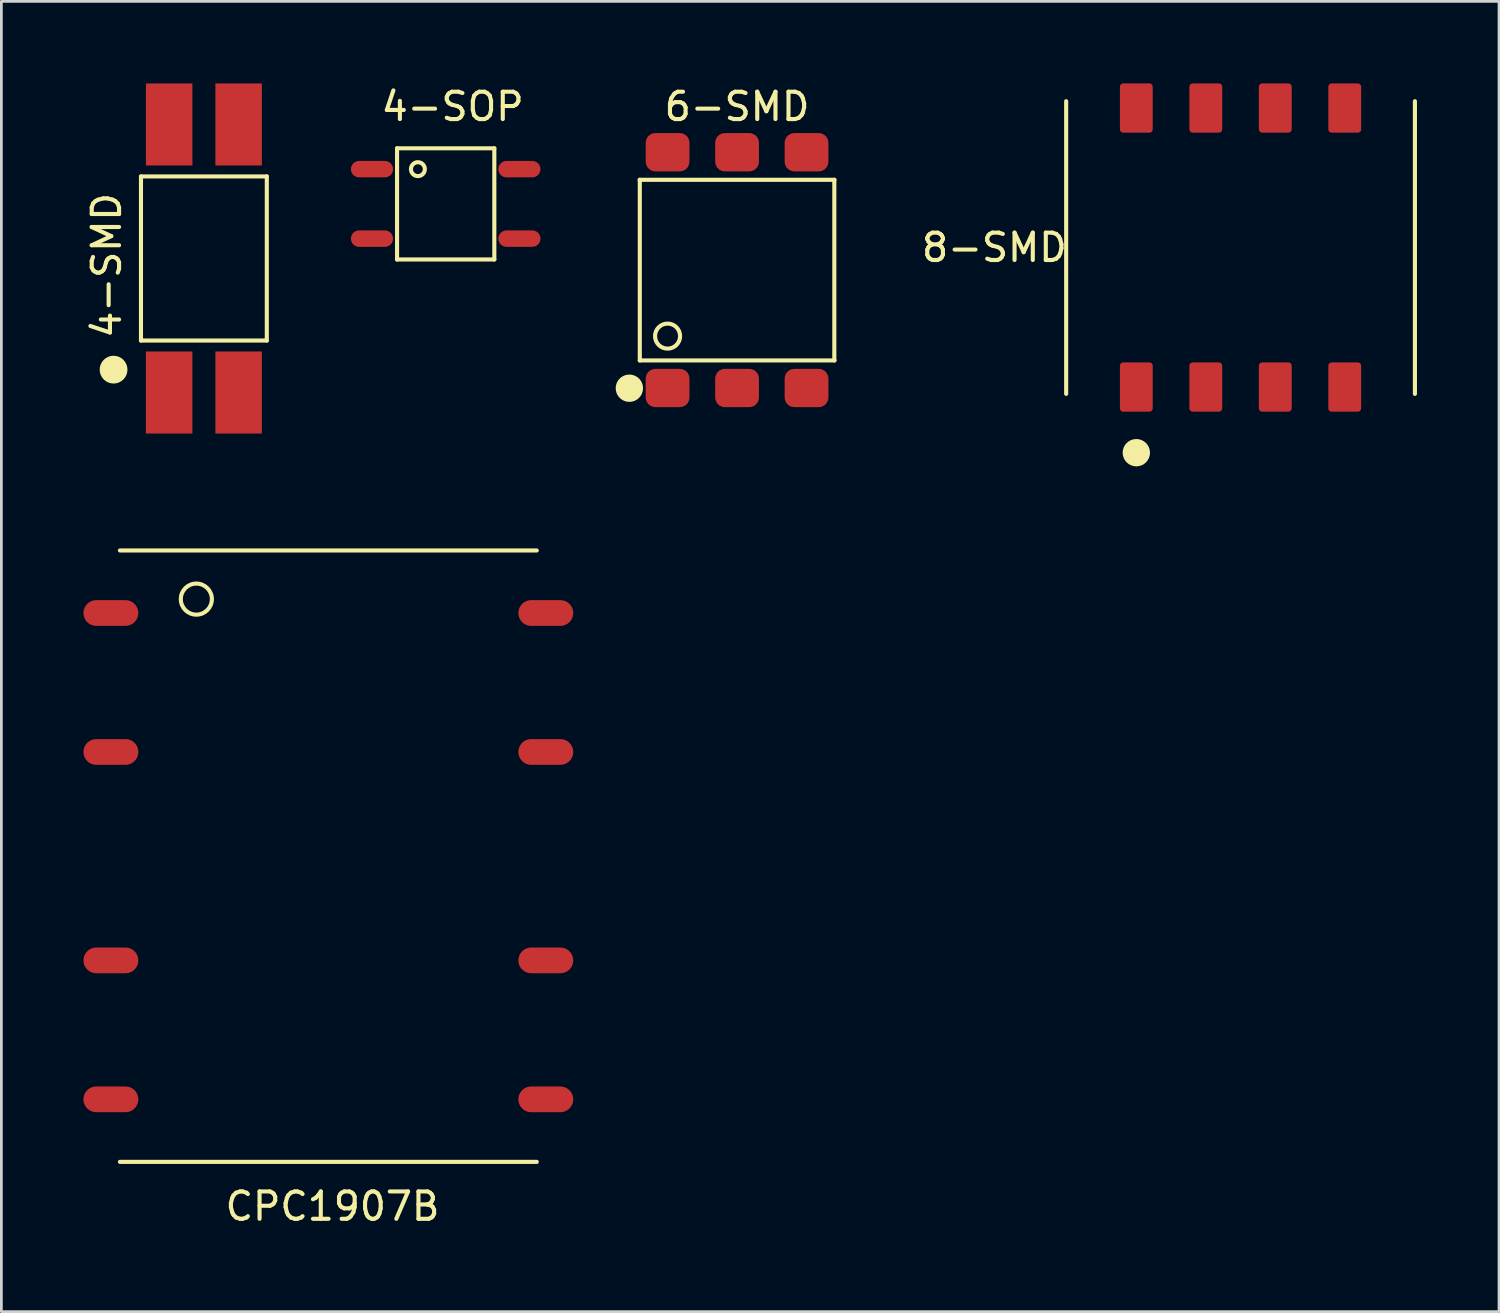
<source format=kicad_pcb>
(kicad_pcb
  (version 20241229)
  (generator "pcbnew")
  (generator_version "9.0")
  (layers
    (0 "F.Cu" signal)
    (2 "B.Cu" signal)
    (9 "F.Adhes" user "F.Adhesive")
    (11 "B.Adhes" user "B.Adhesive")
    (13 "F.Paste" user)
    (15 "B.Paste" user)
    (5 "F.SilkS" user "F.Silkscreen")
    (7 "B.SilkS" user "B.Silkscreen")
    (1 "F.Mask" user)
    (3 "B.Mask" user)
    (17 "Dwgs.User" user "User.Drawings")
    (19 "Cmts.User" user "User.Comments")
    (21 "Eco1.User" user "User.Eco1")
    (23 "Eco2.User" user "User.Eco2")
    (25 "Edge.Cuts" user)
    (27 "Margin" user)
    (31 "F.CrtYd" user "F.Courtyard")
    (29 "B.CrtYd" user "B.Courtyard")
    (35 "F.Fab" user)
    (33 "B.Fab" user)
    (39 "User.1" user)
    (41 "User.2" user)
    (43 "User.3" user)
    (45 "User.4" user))
  (footprint "CPC1907B"
    (layer "F.Cu")
    (at 8.954 28.251)
    (property "Reference" "CPC1907B" (at 0.152 12.802 0) (layer "F.SilkS") (effects (font (size 1 1) (thickness 0.15))))
    (attr through_hole)
    (fp_line (start -7.62 -11.176) (end 7.62 -11.176) (stroke (width 0.15) (type solid)) (layer "F.SilkS"))
    (fp_line (start -7.62 11.176) (end 7.62 11.176) (stroke (width 0.15) (type solid)) (layer "F.SilkS"))
    (fp_circle (center -4.826 -9.398) (end -4.572 -9.906) (stroke (width 0.15) (type solid)) (fill no) (layer "F.SilkS"))
    (pad "1" smd oval (at -7.95 -8.89) (size 2.007 0.94) (layers "F.Cu" "F.Mask" "F.Paste"))
    (pad "2" smd oval (at -7.95 -3.81) (size 2.007 0.94) (layers "F.Cu" "F.Mask" "F.Paste"))
    (pad "3" smd oval (at -7.95 3.81) (size 2.007 0.94) (layers "F.Cu" "F.Mask" "F.Paste"))
    (pad "4" smd oval (at -7.95 8.89) (size 2.007 0.94) (layers "F.Cu" "F.Mask" "F.Paste"))
    (pad "5" smd oval (at 7.95 8.89) (size 2.007 0.94) (layers "F.Cu" "F.Mask" "F.Paste"))
    (pad "6" smd oval (at 7.95 3.81) (size 2.007 0.94) (layers "F.Cu" "F.Mask" "F.Paste"))
    (pad "7" smd oval (at 7.95 -3.81) (size 2.007 0.94) (layers "F.Cu" "F.Mask" "F.Paste"))
    (pad "8" smd oval (at 7.95 -8.89) (size 2.007 0.94) (layers "F.Cu" "F.Mask" "F.Paste")))
  (footprint "4-SOP"
    (layer "F.Cu")
    (at 13.244 4.404)
    (property "Reference" "4-SOP" (at 0.254 -3.556 0) (layer "F.SilkS") (effects (font (size 1 1) (thickness 0.15))))
    (attr smd)
    (fp_line (start -1.778 -2.032) (end -1.778 2.032) (stroke (width 0.15) (type solid)) (layer "F.SilkS"))
    (fp_line (start -1.778 2.032) (end 1.778 2.032) (stroke (width 0.15) (type solid)) (layer "F.SilkS"))
    (fp_line (start 1.778 -2.032) (end -1.778 -2.032) (stroke (width 0.15) (type solid)) (layer "F.SilkS"))
    (fp_line (start 1.778 2.032) (end 1.778 -2.032) (stroke (width 0.15) (type solid)) (layer "F.SilkS"))
    (fp_circle (center -1.016 -1.27) (end -1.016 -1.524) (stroke (width 0.15) (type solid)) (fill no) (layer "F.SilkS"))
    (pad "1" smd oval (at -2.695 -1.27) (size 1.54 0.6) (layers "F.Cu" "F.Mask" "F.Paste"))
    (pad "2" smd oval (at -2.695 1.27) (size 1.54 0.6) (layers "F.Cu" "F.Mask" "F.Paste"))
    (pad "3" smd oval (at 2.695 1.27) (size 1.54 0.6) (layers "F.Cu" "F.Mask" "F.Paste"))
    (pad "4" smd oval (at 2.695 -1.27) (size 1.54 0.6) (layers "F.Cu" "F.Mask" "F.Paste")))
  (footprint "6-SMD"
    (layer "F.Cu")
    (at 23.896 6.825)
    (property "Reference" "6-SMD" (at 0 -5.977 0) (layer "F.SilkS") (effects (font (size 1 1) (thickness 0.15))))
    (attr through_hole)
    (fp_line (start -3.56 -3.302) (end 3.56 -3.302) (stroke (width 0.15) (type solid)) (layer "F.SilkS"))
    (fp_line (start -3.556 -3.302) (end -3.556 3.302) (stroke (width 0.15) (type solid)) (layer "F.SilkS"))
    (fp_line (start -3.556 3.302) (end 3.564 3.302) (stroke (width 0.15) (type solid)) (layer "F.SilkS"))
    (fp_line (start 3.556 -3.302) (end 3.556 3.302) (stroke (width 0.15) (type solid)) (layer "F.SilkS"))
    (fp_circle (center -3.937 4.318) (end -3.937 4.318) (stroke (width 0.5) (type solid)) (fill no) (layer "F.SilkS"))
    (fp_circle (center -2.54 2.413) (end -2.159 2.667) (stroke (width 0.15) (type solid)) (fill no) (layer "F.SilkS"))
    (pad "1" smd roundrect (at -2.54 4.31) (size 1.6 1.4) (layers "F.Cu" "F.Mask" "F.Paste") (roundrect_rratio 0.25))
    (pad "2" smd roundrect (at 0 4.31) (size 1.6 1.4) (layers "F.Cu" "F.Mask" "F.Paste") (roundrect_rratio 0.25))
    (pad "3" smd roundrect (at 2.54 4.31) (size 1.6 1.4) (layers "F.Cu" "F.Mask" "F.Paste") (roundrect_rratio 0.25))
    (pad "4" smd roundrect (at 2.54 -4.31) (size 1.6 1.4) (layers "F.Cu" "F.Mask" "F.Paste") (roundrect_rratio 0.25))
    (pad "5" smd roundrect (at 0 -4.31) (size 1.6 1.4) (layers "F.Cu" "F.Mask" "F.Paste") (roundrect_rratio 0.25))
    (pad "6" smd roundrect (at -2.54 -4.31) (size 1.6 1.4) (layers "F.Cu" "F.Mask" "F.Paste") (roundrect_rratio 0.25)))
  (footprint "4-SMD"
    (layer "F.Cu")
    (at 4.404 6.4)
    (property "Reference" "4-SMD" (at -3.556 0.254 90) (layer "F.SilkS") (effects (font (size 1 1) (thickness 0.15))))
    (attr through_hole)
    (fp_line (start -2.3 -3) (end 2.3 -3) (stroke (width 0.15) (type solid)) (layer "F.SilkS"))
    (fp_line (start -2.3 3) (end -2.3 -3) (stroke (width 0.15) (type solid)) (layer "F.SilkS"))
    (fp_line (start 2.3 -3) (end 2.3 3) (stroke (width 0.15) (type solid)) (layer "F.SilkS"))
    (fp_line (start 2.3 3) (end -2.3 3) (stroke (width 0.15) (type solid)) (layer "F.SilkS"))
    (fp_circle (center -3.302 4.064) (end -3.048 4.064) (stroke (width 0.508) (type solid)) (fill no) (layer "F.SilkS"))
    (pad "1" smd rect (at -1.27 4.9) (size 1.7 3) (layers "F.Cu" "F.Mask" "F.Paste"))
    (pad "2" smd rect (at 1.27 4.9) (size 1.7 3) (layers "F.Cu" "F.Mask" "F.Paste"))
    (pad "3" smd rect (at 1.27 -4.9) (size 1.7 3) (layers "F.Cu" "F.Mask" "F.Paste"))
    (pad "4" smd rect (at -1.27 -4.9) (size 1.7 3) (layers "F.Cu" "F.Mask" "F.Paste")))
  (footprint "8-SMD"
    (layer "F.Cu")
    (at 42.303 6)
    (property "Reference" "8-SMD" (at -9 0 0) (layer "F.SilkS") (effects (font (size 1 1) (thickness 0.15))))
    (attr through_hole)
    (fp_line (start -6.375 -5.35) (end -6.375 5.35) (stroke (width 0.15) (type solid)) (layer "F.SilkS"))
    (fp_line (start 6.375 -5.35) (end 6.375 5.35) (stroke (width 0.15) (type solid)) (layer "F.SilkS"))
    (fp_circle (center -3.81 7.5) (end -3.56 7.5) (stroke (width 0.5) (type solid)) (fill no) (layer "F.SilkS"))
    (pad "1" smd roundrect (at -3.81 5.1 90) (size 1.8 1.2) (layers "F.Cu" "F.Mask" "F.Paste") (roundrect_rratio 0.1))
    (pad "2" smd roundrect (at -1.27 5.1 90) (size 1.8 1.2) (layers "F.Cu" "F.Mask" "F.Paste") (roundrect_rratio 0.1))
    (pad "3" smd roundrect (at 1.27 5.1 90) (size 1.8 1.2) (layers "F.Cu" "F.Mask" "F.Paste") (roundrect_rratio 0.1))
    (pad "4" smd roundrect (at 3.81 5.1 90) (size 1.8 1.2) (layers "F.Cu" "F.Mask" "F.Paste") (roundrect_rratio 0.1))
    (pad "5" smd roundrect (at 3.81 -5.1 90) (size 1.8 1.2) (layers "F.Cu" "F.Mask" "F.Paste") (roundrect_rratio 0.1))
    (pad "6" smd roundrect (at 1.27 -5.1 90) (size 1.8 1.2) (layers "F.Cu" "F.Mask" "F.Paste") (roundrect_rratio 0.1))
    (pad "7" smd roundrect (at -1.27 -5.1 90) (size 1.8 1.2) (layers "F.Cu" "F.Mask" "F.Paste") (roundrect_rratio 0.1))
    (pad "8" smd roundrect (at -3.81 -5.1 90) (size 1.8 1.2) (layers "F.Cu" "F.Mask" "F.Paste") (roundrect_rratio 0.1)))
  (gr_rect
    (start -3 -3)
    (end 51.753 44.901)
    (stroke (width 0.1) (type default))
    (fill no)
    (layer "Edge.Cuts")))
</source>
